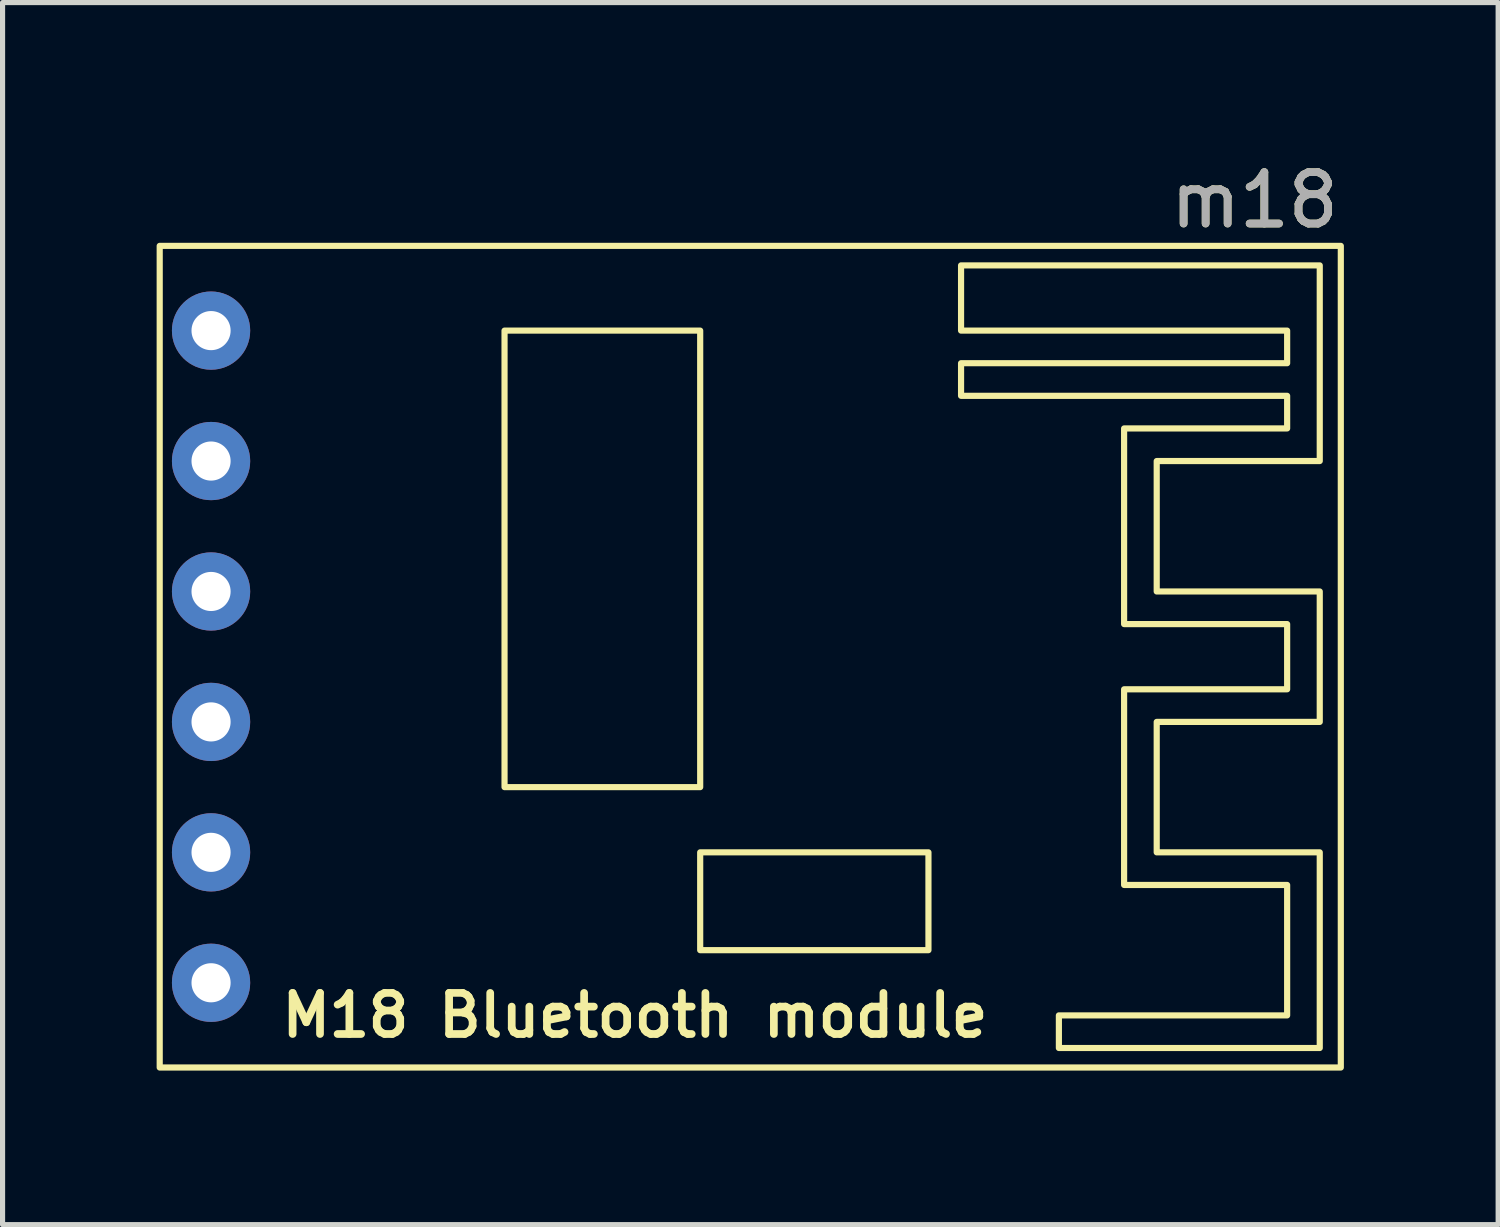
<source format=kicad_pcb>
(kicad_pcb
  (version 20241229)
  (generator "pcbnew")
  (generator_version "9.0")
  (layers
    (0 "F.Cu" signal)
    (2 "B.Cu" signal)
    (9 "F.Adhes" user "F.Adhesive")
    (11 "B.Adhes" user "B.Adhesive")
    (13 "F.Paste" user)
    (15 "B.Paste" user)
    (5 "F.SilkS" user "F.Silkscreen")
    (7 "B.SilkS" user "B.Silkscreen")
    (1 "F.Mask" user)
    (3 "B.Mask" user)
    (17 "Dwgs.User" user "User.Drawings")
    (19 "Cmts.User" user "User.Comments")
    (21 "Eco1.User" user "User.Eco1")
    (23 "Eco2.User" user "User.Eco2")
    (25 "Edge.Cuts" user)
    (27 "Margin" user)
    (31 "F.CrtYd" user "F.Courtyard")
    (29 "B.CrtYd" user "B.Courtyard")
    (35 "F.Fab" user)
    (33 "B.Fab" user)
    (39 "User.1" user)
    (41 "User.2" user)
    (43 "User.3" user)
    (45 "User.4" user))
  (footprint "m18"
    (layer "F.Cu")
    (at 1.06 9.738)
    (property "Reference" "m18" (at 20.32 -8.89 0) (unlocked yes) (layer "F.SilkS") (effects (font (size 1 1) (thickness 0.15))))
    (attr through_hole)
    (fp_rect (start -1 -8) (end 22 8) (stroke (width 0.12) (type solid)) (fill no) (layer "F.SilkS"))
    (fp_rect (start 5.715 -6.35) (end 9.525 2.54) (stroke (width 0.12) (type solid)) (fill no) (layer "F.SilkS"))
    (fp_rect (start 9.525 3.81) (end 13.97 5.715) (stroke (width 0.12) (type solid)) (fill no) (layer "F.SilkS"))
    (fp_poly (pts (xy 21.59 -3.81) (xy 18.415 -3.81) (xy 18.415 -1.27) (xy 21.59 -1.27) (xy 21.59 1.27) (xy 18.415 1.27) (xy 18.415 3.81) (xy 21.59 3.81) (xy 21.59 7.62) (xy 16.51 7.62) (xy 16.51 6.985) (xy 20.955 6.985) (xy 20.955 4.445) (xy 17.78 4.445) (xy 17.78 0.635) (xy 20.955 0.635) (xy 20.955 -0.635) (xy 17.78 -0.635) (xy 17.78 -4.445) (xy 20.955 -4.445) (xy 20.955 -5.08) (xy 14.605 -5.08) (xy 14.605 -5.715) (xy 20.955 -5.715) (xy 20.955 -6.35) (xy 14.605 -6.35) (xy 14.605 -7.62) (xy 21.59 -7.62)) (stroke (width 0.12) (type solid)) (fill no) (layer "F.SilkS"))
    (fp_text user "M18 Bluetooth module" (at 8.255 6.985 0) (unlocked yes) (layer "F.SilkS") (effects (font (size 0.8 0.8) (thickness 0.15))))
    (fp_text user "${REFERENCE}" (at 20.32 -8.89 0) (unlocked yes) (layer "F.Fab") (effects (font (size 1 1) (thickness 0.15))))
    (pad "1" thru_hole circle (at 0 -6.35) (size 1.524 1.524) (drill 0.762) (layers "*.Cu" "*.Mask"))
    (pad "2" thru_hole circle (at 0 -3.81) (size 1.524 1.524) (drill 0.762) (layers "*.Cu" "*.Mask"))
    (pad "3" thru_hole circle (at 0 -1.27) (size 1.524 1.524) (drill 0.762) (layers "*.Cu" "*.Mask"))
    (pad "4" thru_hole circle (at 0 1.27) (size 1.524 1.524) (drill 0.762) (layers "*.Cu" "*.Mask"))
    (pad "5" thru_hole circle (at 0 3.81) (size 1.524 1.524) (drill 0.762) (layers "*.Cu" "*.Mask"))
    (pad "6" thru_hole circle (at 0 6.35) (size 1.524 1.524) (drill 0.762) (layers "*.Cu" "*.Mask")))
  (gr_rect
    (start -3 -3)
    (end 26.124 20.798)
    (stroke (width 0.1) (type default))
    (fill no)
    (layer "Edge.Cuts")))
</source>
